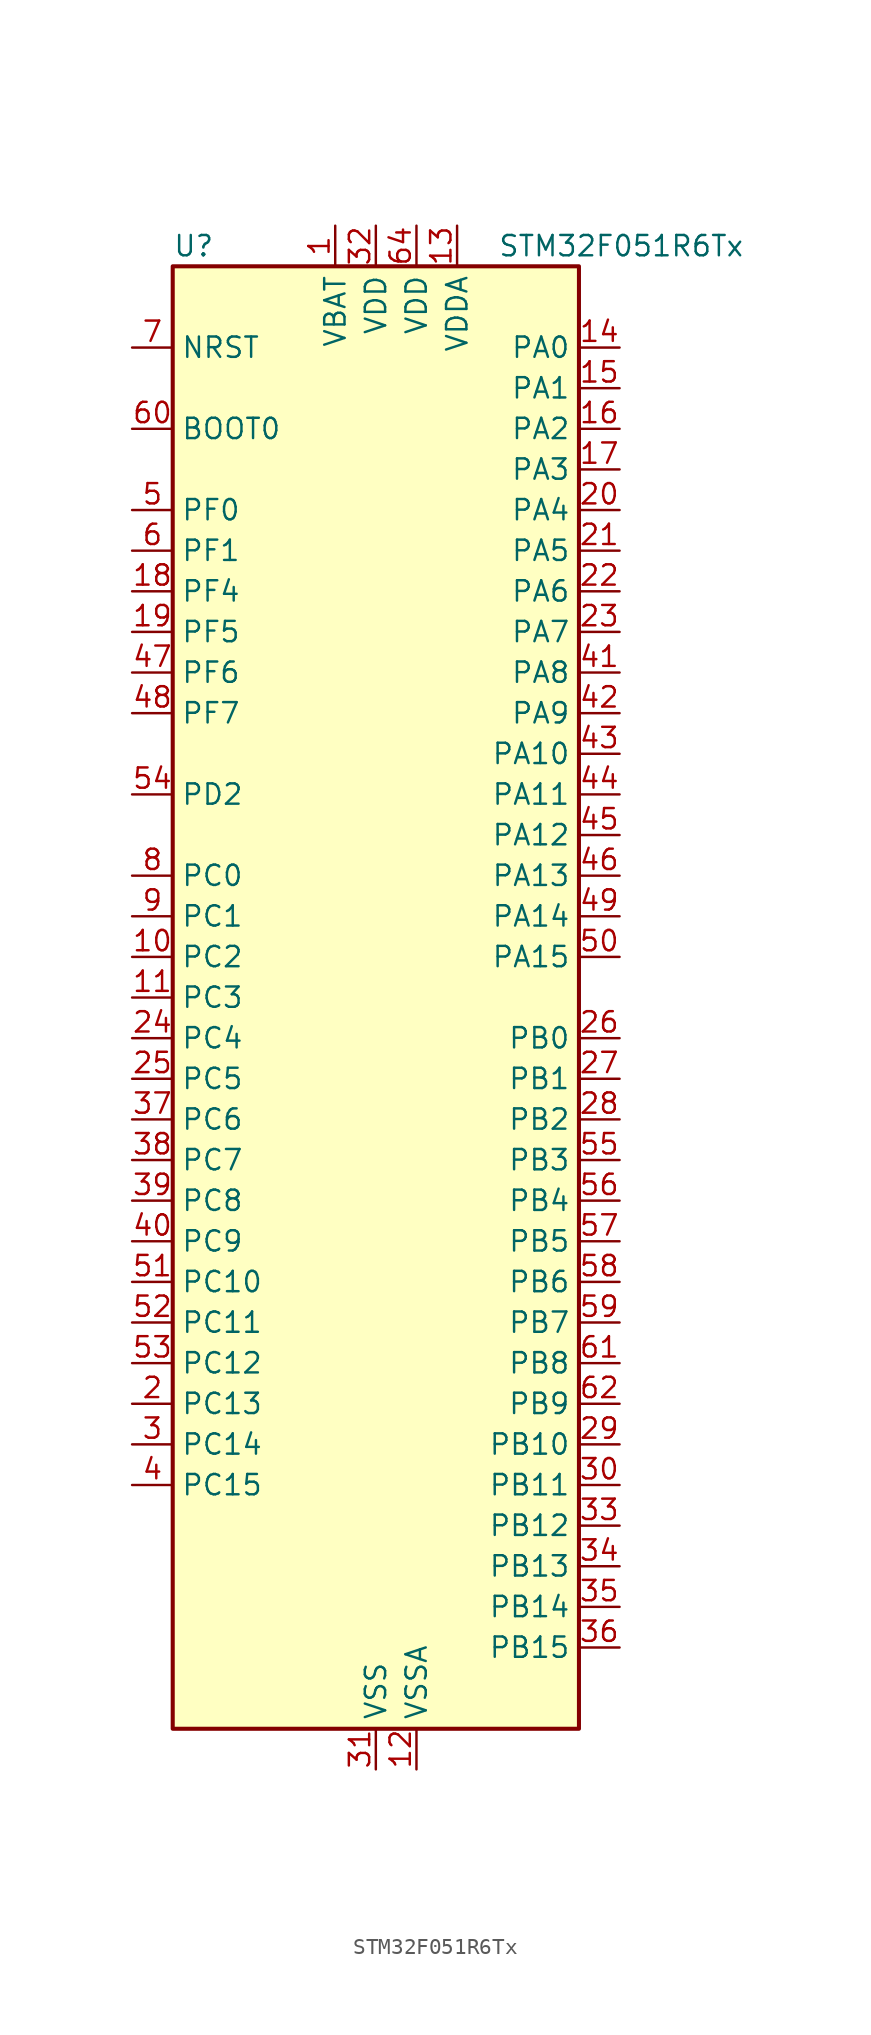
<source format=kicad_sym>
(kicad_symbol_lib
  (version 20241209)
  (generator "kicad_symbol_editor")
  (generator_version "9.0")
  (symbol "STM32F051R6Tx"
    (property "Reference" "U"
      (at -12.7 46.99 0)
      (effects (font (size 1.27 1.27)) (justify left)))
    (property "Value" "STM32F051R6Tx"
      (at 7.62 46.99 0)
      (effects (font (size 1.27 1.27)) (justify left)))
    (symbol "STM32F051R6Tx_0_1"
      (rectangle (start -12.7 -45.72) (end 12.7 45.72) (stroke (width 0.254) (type default)) (fill (type background))))
    (symbol "STM32F051R6Tx_1_1"
      (pin input line (at -15.24 40.64 0) (length 2.54) (name "NRST" (effects (font (size 1.27 1.27)))) (number "7" (effects (font (size 1.27 1.27)))))
      (pin input line (at -15.24 35.56 0) (length 2.54) (name "BOOT0" (effects (font (size 1.27 1.27)))) (number "60" (effects (font (size 1.27 1.27)))))
      (pin bidirectional line (at -15.24 30.48 0) (length 2.54) (name "PF0" (effects (font (size 1.27 1.27)))) (number "5" (effects (font (size 1.27 1.27)))) (alternate "RCC_OSC_IN" bidirectional line))
      (pin bidirectional line (at -15.24 27.94 0) (length 2.54) (name "PF1" (effects (font (size 1.27 1.27)))) (number "6" (effects (font (size 1.27 1.27)))) (alternate "RCC_OSC_OUT" bidirectional line))
      (pin bidirectional line (at -15.24 25.4 0) (length 2.54) (name "PF4" (effects (font (size 1.27 1.27)))) (number "18" (effects (font (size 1.27 1.27)))))
      (pin bidirectional line (at -15.24 22.86 0) (length 2.54) (name "PF5" (effects (font (size 1.27 1.27)))) (number "19" (effects (font (size 1.27 1.27)))))
      (pin bidirectional line (at -15.24 20.32 0) (length 2.54) (name "PF6" (effects (font (size 1.27 1.27)))) (number "47" (effects (font (size 1.27 1.27)))))
      (pin bidirectional line (at -15.24 17.78 0) (length 2.54) (name "PF7" (effects (font (size 1.27 1.27)))) (number "48" (effects (font (size 1.27 1.27)))))
      (pin bidirectional line (at -15.24 12.7 0) (length 2.54) (name "PD2" (effects (font (size 1.27 1.27)))) (number "54" (effects (font (size 1.27 1.27)))) (alternate "TIM3_ETR" bidirectional line))
      (pin bidirectional line (at -15.24 7.62 0) (length 2.54) (name "PC0" (effects (font (size 1.27 1.27)))) (number "8" (effects (font (size 1.27 1.27)))) (alternate "ADC_IN10" bidirectional line))
      (pin bidirectional line (at -15.24 5.08 0) (length 2.54) (name "PC1" (effects (font (size 1.27 1.27)))) (number "9" (effects (font (size 1.27 1.27)))) (alternate "ADC_IN11" bidirectional line))
      (pin bidirectional line (at -15.24 2.54 0) (length 2.54) (name "PC2" (effects (font (size 1.27 1.27)))) (number "10" (effects (font (size 1.27 1.27)))) (alternate "ADC_IN12" bidirectional line))
      (pin bidirectional line (at -15.24 0 0) (length 2.54) (name "PC3" (effects (font (size 1.27 1.27)))) (number "11" (effects (font (size 1.27 1.27)))) (alternate "ADC_IN13" bidirectional line))
      (pin bidirectional line (at -15.24 -2.54 0) (length 2.54) (name "PC4" (effects (font (size 1.27 1.27)))) (number "24" (effects (font (size 1.27 1.27)))) (alternate "ADC_IN14" bidirectional line))
      (pin bidirectional line (at -15.24 -5.08 0) (length 2.54) (name "PC5" (effects (font (size 1.27 1.27)))) (number "25" (effects (font (size 1.27 1.27)))) (alternate "ADC_IN15" bidirectional line) (alternate "TSC_G3_IO1" bidirectional line))
      (pin bidirectional line (at -15.24 -7.62 0) (length 2.54) (name "PC6" (effects (font (size 1.27 1.27)))) (number "37" (effects (font (size 1.27 1.27)))) (alternate "TIM3_CH1" bidirectional line))
      (pin bidirectional line (at -15.24 -10.16 0) (length 2.54) (name "PC7" (effects (font (size 1.27 1.27)))) (number "38" (effects (font (size 1.27 1.27)))) (alternate "TIM3_CH2" bidirectional line))
      (pin bidirectional line (at -15.24 -12.7 0) (length 2.54) (name "PC8" (effects (font (size 1.27 1.27)))) (number "39" (effects (font (size 1.27 1.27)))) (alternate "TIM3_CH3" bidirectional line))
      (pin bidirectional line (at -15.24 -15.24 0) (length 2.54) (name "PC9" (effects (font (size 1.27 1.27)))) (number "40" (effects (font (size 1.27 1.27)))) (alternate "DAC1_EXTI9" bidirectional line) (alternate "TIM3_CH4" bidirectional line))
      (pin bidirectional line (at -15.24 -17.78 0) (length 2.54) (name "PC10" (effects (font (size 1.27 1.27)))) (number "51" (effects (font (size 1.27 1.27)))))
      (pin bidirectional line (at -15.24 -20.32 0) (length 2.54) (name "PC11" (effects (font (size 1.27 1.27)))) (number "52" (effects (font (size 1.27 1.27)))))
      (pin bidirectional line (at -15.24 -22.86 0) (length 2.54) (name "PC12" (effects (font (size 1.27 1.27)))) (number "53" (effects (font (size 1.27 1.27)))))
      (pin bidirectional line (at -15.24 -25.4 0) (length 2.54) (name "PC13" (effects (font (size 1.27 1.27)))) (number "2" (effects (font (size 1.27 1.27)))) (alternate "RTC_OUT_ALARM" bidirectional line) (alternate "RTC_OUT_CALIB" bidirectional line) (alternate "RTC_TAMP1" bidirectional line) (alternate "RTC_TS" bidirectional line) (alternate "SYS_WKUP2" bidirectional line))
      (pin bidirectional line (at -15.24 -27.94 0) (length 2.54) (name "PC14" (effects (font (size 1.27 1.27)))) (number "3" (effects (font (size 1.27 1.27)))) (alternate "RCC_OSC32_IN" bidirectional line))
      (pin bidirectional line (at -15.24 -30.48 0) (length 2.54) (name "PC15" (effects (font (size 1.27 1.27)))) (number "4" (effects (font (size 1.27 1.27)))) (alternate "RCC_OSC32_OUT" bidirectional line))
      (pin power_in line (at -2.54 48.26 270) (length 2.54) (name "VBAT" (effects (font (size 1.27 1.27)))) (number "1" (effects (font (size 1.27 1.27)))))
      (pin power_in line (at 0 48.26 270) (length 2.54) (name "VDD" (effects (font (size 1.27 1.27)))) (number "32" (effects (font (size 1.27 1.27)))))
      (pin power_in line (at 0 -48.26 90) (length 2.54) (name "VSS" (effects (font (size 1.27 1.27)))) (number "31" (effects (font (size 1.27 1.27)))))
      (pin passive line (at 0 -48.26 90) (length 2.54) (hide yes) (name "VSS" (effects (font (size 1.27 1.27)))) (number "63" (effects (font (size 1.27 1.27)))))
      (pin power_in line (at 2.54 48.26 270) (length 2.54) (name "VDD" (effects (font (size 1.27 1.27)))) (number "64" (effects (font (size 1.27 1.27)))))
      (pin power_in line (at 2.54 -48.26 90) (length 2.54) (name "VSSA" (effects (font (size 1.27 1.27)))) (number "12" (effects (font (size 1.27 1.27)))))
      (pin power_in line (at 5.08 48.26 270) (length 2.54) (name "VDDA" (effects (font (size 1.27 1.27)))) (number "13" (effects (font (size 1.27 1.27)))))
      (pin bidirectional line (at 15.24 40.64 180) (length 2.54) (name "PA0" (effects (font (size 1.27 1.27)))) (number "14" (effects (font (size 1.27 1.27)))) (alternate "ADC_IN0" bidirectional line) (alternate "COMP1_INM" bidirectional line) (alternate "COMP1_OUT" bidirectional line) (alternate "RTC_TAMP2" bidirectional line) (alternate "SYS_WKUP1" bidirectional line) (alternate "TIM2_CH1" bidirectional line) (alternate "TIM2_ETR" bidirectional line) (alternate "TSC_G1_IO1" bidirectional line) (alternate "USART2_CTS" bidirectional line))
      (pin bidirectional line (at 15.24 38.1 180) (length 2.54) (name "PA1" (effects (font (size 1.27 1.27)))) (number "15" (effects (font (size 1.27 1.27)))) (alternate "ADC_IN1" bidirectional line) (alternate "COMP1_INP" bidirectional line) (alternate "TIM2_CH2" bidirectional line) (alternate "TSC_G1_IO2" bidirectional line) (alternate "USART2_DE" bidirectional line) (alternate "USART2_RTS" bidirectional line))
      (pin bidirectional line (at 15.24 35.56 180) (length 2.54) (name "PA2" (effects (font (size 1.27 1.27)))) (number "16" (effects (font (size 1.27 1.27)))) (alternate "ADC_IN2" bidirectional line) (alternate "COMP2_INM" bidirectional line) (alternate "COMP2_OUT" bidirectional line) (alternate "TIM15_CH1" bidirectional line) (alternate "TIM2_CH3" bidirectional line) (alternate "TSC_G1_IO3" bidirectional line) (alternate "USART2_TX" bidirectional line))
      (pin bidirectional line (at 15.24 33.02 180) (length 2.54) (name "PA3" (effects (font (size 1.27 1.27)))) (number "17" (effects (font (size 1.27 1.27)))) (alternate "ADC_IN3" bidirectional line) (alternate "COMP2_INP" bidirectional line) (alternate "TIM15_CH2" bidirectional line) (alternate "TIM2_CH4" bidirectional line) (alternate "TSC_G1_IO4" bidirectional line) (alternate "USART2_RX" bidirectional line))
      (pin bidirectional line (at 15.24 30.48 180) (length 2.54) (name "PA4" (effects (font (size 1.27 1.27)))) (number "20" (effects (font (size 1.27 1.27)))) (alternate "ADC_IN4" bidirectional line) (alternate "COMP1_INM" bidirectional line) (alternate "COMP2_INM" bidirectional line) (alternate "DAC1_OUT1" bidirectional line) (alternate "I2S1_WS" bidirectional line) (alternate "SPI1_NSS" bidirectional line) (alternate "TIM14_CH1" bidirectional line) (alternate "TSC_G2_IO1" bidirectional line) (alternate "USART2_CK" bidirectional line))
      (pin bidirectional line (at 15.24 27.94 180) (length 2.54) (name "PA5" (effects (font (size 1.27 1.27)))) (number "21" (effects (font (size 1.27 1.27)))) (alternate "ADC_IN5" bidirectional line) (alternate "CEC" bidirectional line) (alternate "COMP1_INM" bidirectional line) (alternate "COMP2_INM" bidirectional line) (alternate "I2S1_CK" bidirectional line) (alternate "SPI1_SCK" bidirectional line) (alternate "TIM2_CH1" bidirectional line) (alternate "TIM2_ETR" bidirectional line) (alternate "TSC_G2_IO2" bidirectional line))
      (pin bidirectional line (at 15.24 25.4 180) (length 2.54) (name "PA6" (effects (font (size 1.27 1.27)))) (number "22" (effects (font (size 1.27 1.27)))) (alternate "ADC_IN6" bidirectional line) (alternate "COMP1_OUT" bidirectional line) (alternate "I2S1_MCK" bidirectional line) (alternate "SPI1_MISO" bidirectional line) (alternate "TIM16_CH1" bidirectional line) (alternate "TIM1_BKIN" bidirectional line) (alternate "TIM3_CH1" bidirectional line) (alternate "TSC_G2_IO3" bidirectional line))
      (pin bidirectional line (at 15.24 22.86 180) (length 2.54) (name "PA7" (effects (font (size 1.27 1.27)))) (number "23" (effects (font (size 1.27 1.27)))) (alternate "ADC_IN7" bidirectional line) (alternate "COMP2_OUT" bidirectional line) (alternate "I2S1_SD" bidirectional line) (alternate "SPI1_MOSI" bidirectional line) (alternate "TIM14_CH1" bidirectional line) (alternate "TIM17_CH1" bidirectional line) (alternate "TIM1_CH1N" bidirectional line) (alternate "TIM3_CH2" bidirectional line) (alternate "TSC_G2_IO4" bidirectional line))
      (pin bidirectional line (at 15.24 20.32 180) (length 2.54) (name "PA8" (effects (font (size 1.27 1.27)))) (number "41" (effects (font (size 1.27 1.27)))) (alternate "RCC_MCO" bidirectional line) (alternate "TIM1_CH1" bidirectional line) (alternate "USART1_CK" bidirectional line))
      (pin bidirectional line (at 15.24 17.78 180) (length 2.54) (name "PA9" (effects (font (size 1.27 1.27)))) (number "42" (effects (font (size 1.27 1.27)))) (alternate "DAC1_EXTI9" bidirectional line) (alternate "TIM15_BKIN" bidirectional line) (alternate "TIM1_CH2" bidirectional line) (alternate "TSC_G4_IO1" bidirectional line) (alternate "USART1_TX" bidirectional line))
      (pin bidirectional line (at 15.24 15.24 180) (length 2.54) (name "PA10" (effects (font (size 1.27 1.27)))) (number "43" (effects (font (size 1.27 1.27)))) (alternate "TIM17_BKIN" bidirectional line) (alternate "TIM1_CH3" bidirectional line) (alternate "TSC_G4_IO2" bidirectional line) (alternate "USART1_RX" bidirectional line))
      (pin bidirectional line (at 15.24 12.7 180) (length 2.54) (name "PA11" (effects (font (size 1.27 1.27)))) (number "44" (effects (font (size 1.27 1.27)))) (alternate "COMP1_OUT" bidirectional line) (alternate "TIM1_CH4" bidirectional line) (alternate "TSC_G4_IO3" bidirectional line) (alternate "USART1_CTS" bidirectional line))
      (pin bidirectional line (at 15.24 10.16 180) (length 2.54) (name "PA12" (effects (font (size 1.27 1.27)))) (number "45" (effects (font (size 1.27 1.27)))) (alternate "COMP2_OUT" bidirectional line) (alternate "TIM1_ETR" bidirectional line) (alternate "TSC_G4_IO4" bidirectional line) (alternate "USART1_DE" bidirectional line) (alternate "USART1_RTS" bidirectional line))
      (pin bidirectional line (at 15.24 7.62 180) (length 2.54) (name "PA13" (effects (font (size 1.27 1.27)))) (number "46" (effects (font (size 1.27 1.27)))) (alternate "IR_OUT" bidirectional line) (alternate "SYS_SWDIO" bidirectional line))
      (pin bidirectional line (at 15.24 5.08 180) (length 2.54) (name "PA14" (effects (font (size 1.27 1.27)))) (number "49" (effects (font (size 1.27 1.27)))) (alternate "SYS_SWCLK" bidirectional line) (alternate "USART2_TX" bidirectional line))
      (pin bidirectional line (at 15.24 2.54 180) (length 2.54) (name "PA15" (effects (font (size 1.27 1.27)))) (number "50" (effects (font (size 1.27 1.27)))) (alternate "I2S1_WS" bidirectional line) (alternate "SPI1_NSS" bidirectional line) (alternate "TIM2_CH1" bidirectional line) (alternate "TIM2_ETR" bidirectional line) (alternate "USART2_RX" bidirectional line))
      (pin bidirectional line (at 15.24 -2.54 180) (length 2.54) (name "PB0" (effects (font (size 1.27 1.27)))) (number "26" (effects (font (size 1.27 1.27)))) (alternate "ADC_IN8" bidirectional line) (alternate "TIM1_CH2N" bidirectional line) (alternate "TIM3_CH3" bidirectional line) (alternate "TSC_G3_IO2" bidirectional line))
      (pin bidirectional line (at 15.24 -5.08 180) (length 2.54) (name "PB1" (effects (font (size 1.27 1.27)))) (number "27" (effects (font (size 1.27 1.27)))) (alternate "ADC_IN9" bidirectional line) (alternate "TIM14_CH1" bidirectional line) (alternate "TIM1_CH3N" bidirectional line) (alternate "TIM3_CH4" bidirectional line) (alternate "TSC_G3_IO3" bidirectional line))
      (pin bidirectional line (at 15.24 -7.62 180) (length 2.54) (name "PB2" (effects (font (size 1.27 1.27)))) (number "28" (effects (font (size 1.27 1.27)))) (alternate "TSC_G3_IO4" bidirectional line))
      (pin bidirectional line (at 15.24 -10.16 180) (length 2.54) (name "PB3" (effects (font (size 1.27 1.27)))) (number "55" (effects (font (size 1.27 1.27)))) (alternate "I2S1_CK" bidirectional line) (alternate "SPI1_SCK" bidirectional line) (alternate "TIM2_CH2" bidirectional line) (alternate "TSC_G5_IO1" bidirectional line))
      (pin bidirectional line (at 15.24 -12.7 180) (length 2.54) (name "PB4" (effects (font (size 1.27 1.27)))) (number "56" (effects (font (size 1.27 1.27)))) (alternate "I2S1_MCK" bidirectional line) (alternate "SPI1_MISO" bidirectional line) (alternate "TIM3_CH1" bidirectional line) (alternate "TSC_G5_IO2" bidirectional line))
      (pin bidirectional line (at 15.24 -15.24 180) (length 2.54) (name "PB5" (effects (font (size 1.27 1.27)))) (number "57" (effects (font (size 1.27 1.27)))) (alternate "I2C1_SMBA" bidirectional line) (alternate "I2S1_SD" bidirectional line) (alternate "SPI1_MOSI" bidirectional line) (alternate "TIM16_BKIN" bidirectional line) (alternate "TIM3_CH2" bidirectional line))
      (pin bidirectional line (at 15.24 -17.78 180) (length 2.54) (name "PB6" (effects (font (size 1.27 1.27)))) (number "58" (effects (font (size 1.27 1.27)))) (alternate "I2C1_SCL" bidirectional line) (alternate "TIM16_CH1N" bidirectional line) (alternate "TSC_G5_IO3" bidirectional line) (alternate "USART1_TX" bidirectional line))
      (pin bidirectional line (at 15.24 -20.32 180) (length 2.54) (name "PB7" (effects (font (size 1.27 1.27)))) (number "59" (effects (font (size 1.27 1.27)))) (alternate "I2C1_SDA" bidirectional line) (alternate "TIM17_CH1N" bidirectional line) (alternate "TSC_G5_IO4" bidirectional line) (alternate "USART1_RX" bidirectional line))
      (pin bidirectional line (at 15.24 -22.86 180) (length 2.54) (name "PB8" (effects (font (size 1.27 1.27)))) (number "61" (effects (font (size 1.27 1.27)))) (alternate "CEC" bidirectional line) (alternate "I2C1_SCL" bidirectional line) (alternate "TIM16_CH1" bidirectional line) (alternate "TSC_SYNC" bidirectional line))
      (pin bidirectional line (at 15.24 -25.4 180) (length 2.54) (name "PB9" (effects (font (size 1.27 1.27)))) (number "62" (effects (font (size 1.27 1.27)))) (alternate "DAC1_EXTI9" bidirectional line) (alternate "I2C1_SDA" bidirectional line) (alternate "IR_OUT" bidirectional line) (alternate "TIM17_CH1" bidirectional line))
      (pin bidirectional line (at 15.24 -27.94 180) (length 2.54) (name "PB10" (effects (font (size 1.27 1.27)))) (number "29" (effects (font (size 1.27 1.27)))) (alternate "CEC" bidirectional line) (alternate "TIM2_CH3" bidirectional line) (alternate "TSC_SYNC" bidirectional line))
      (pin bidirectional line (at 15.24 -30.48 180) (length 2.54) (name "PB11" (effects (font (size 1.27 1.27)))) (number "30" (effects (font (size 1.27 1.27)))) (alternate "TIM2_CH4" bidirectional line) (alternate "TSC_G6_IO1" bidirectional line))
      (pin bidirectional line (at 15.24 -33.02 180) (length 2.54) (name "PB12" (effects (font (size 1.27 1.27)))) (number "33" (effects (font (size 1.27 1.27)))) (alternate "SPI2_NSS" bidirectional line) (alternate "TIM1_BKIN" bidirectional line) (alternate "TSC_G6_IO2" bidirectional line))
      (pin bidirectional line (at 15.24 -35.56 180) (length 2.54) (name "PB13" (effects (font (size 1.27 1.27)))) (number "34" (effects (font (size 1.27 1.27)))) (alternate "SPI2_SCK" bidirectional line) (alternate "TIM1_CH1N" bidirectional line) (alternate "TSC_G6_IO3" bidirectional line))
      (pin bidirectional line (at 15.24 -38.1 180) (length 2.54) (name "PB14" (effects (font (size 1.27 1.27)))) (number "35" (effects (font (size 1.27 1.27)))) (alternate "SPI2_MISO" bidirectional line) (alternate "TIM15_CH1" bidirectional line) (alternate "TIM1_CH2N" bidirectional line) (alternate "TSC_G6_IO4" bidirectional line))
      (pin bidirectional line (at 15.24 -40.64 180) (length 2.54) (name "PB15" (effects (font (size 1.27 1.27)))) (number "36" (effects (font (size 1.27 1.27)))) (alternate "RTC_REFIN" bidirectional line) (alternate "SPI2_MOSI" bidirectional line) (alternate "TIM15_CH1N" bidirectional line) (alternate "TIM15_CH2" bidirectional line) (alternate "TIM1_CH3N" bidirectional line)))))
</source>
